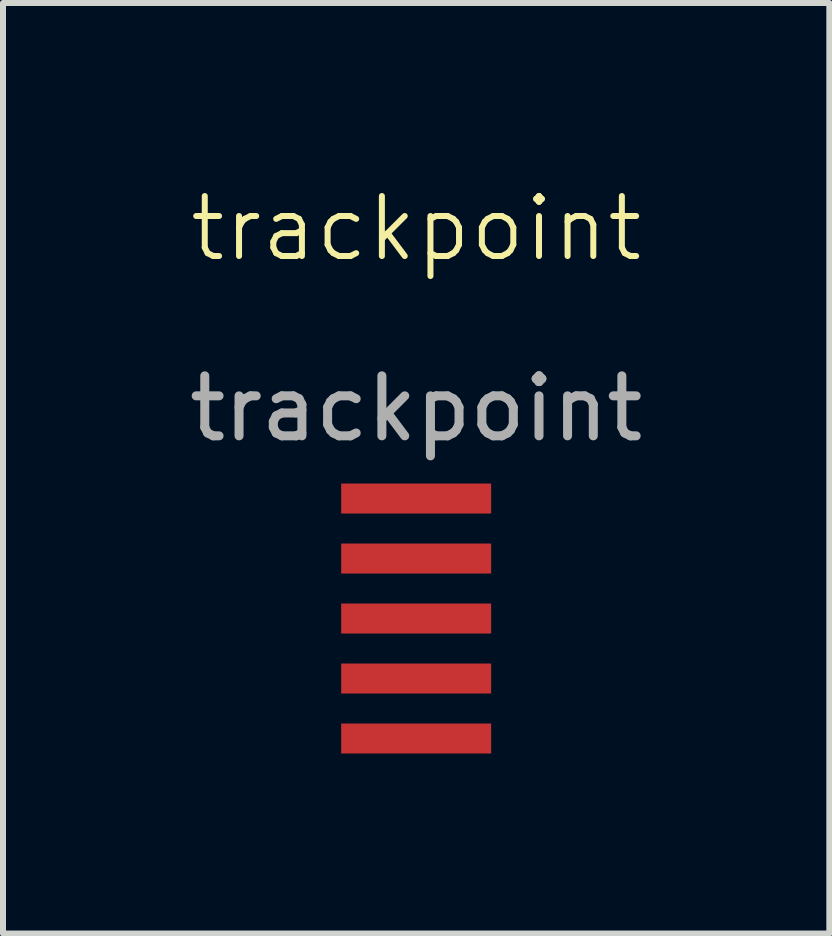
<source format=kicad_pcb>
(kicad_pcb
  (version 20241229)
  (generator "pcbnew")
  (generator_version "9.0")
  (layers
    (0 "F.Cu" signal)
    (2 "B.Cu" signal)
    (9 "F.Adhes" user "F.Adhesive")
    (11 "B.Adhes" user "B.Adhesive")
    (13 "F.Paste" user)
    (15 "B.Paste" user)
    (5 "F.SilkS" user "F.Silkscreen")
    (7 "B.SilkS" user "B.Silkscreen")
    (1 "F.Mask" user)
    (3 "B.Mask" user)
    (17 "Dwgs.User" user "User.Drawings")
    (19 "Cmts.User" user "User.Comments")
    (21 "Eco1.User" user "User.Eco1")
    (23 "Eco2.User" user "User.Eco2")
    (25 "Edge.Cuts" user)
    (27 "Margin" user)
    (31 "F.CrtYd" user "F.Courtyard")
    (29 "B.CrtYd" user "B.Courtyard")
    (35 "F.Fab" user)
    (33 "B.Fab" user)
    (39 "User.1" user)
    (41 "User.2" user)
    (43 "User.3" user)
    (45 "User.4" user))
  (footprint "trackpoint"
    (layer "F.Cu")
    (at 3.887 1.26)
    (property "Reference" "trackpoint" (at 0 -0.5 0) (unlocked yes) (layer "F.SilkS") (effects (font (size 1 1) (thickness 0.1))))
    (attr smd)
    (fp_text user "${REFERENCE}" (at 0 2.5 0) (unlocked yes) (layer "F.Fab") (effects (font (size 1 1) (thickness 0.15))))
    (pad "1" smd rect (at 0 8 90) (size 0.5 2.5) (layers "F.Cu" "F.Mask" "F.Paste"))
    (pad "2" smd rect (at 0 7 90) (size 0.5 2.5) (layers "F.Cu" "F.Mask" "F.Paste"))
    (pad "6" smd rect (at 0 6 90) (size 0.5 2.5) (layers "F.Cu" "F.Mask" "F.Paste"))
    (pad "7" smd rect (at 0 5 90) (size 0.5 2.5) (layers "F.Cu" "F.Mask" "F.Paste"))
    (pad "8" smd rect (at 0 4 90) (size 0.5 2.5) (layers "F.Cu" "F.Mask" "F.Paste")))
  (gr_rect
    (start -3 -3)
    (end 10.774 12.511)
    (stroke (width 0.1) (type default))
    (fill no)
    (layer "Edge.Cuts")))
</source>
